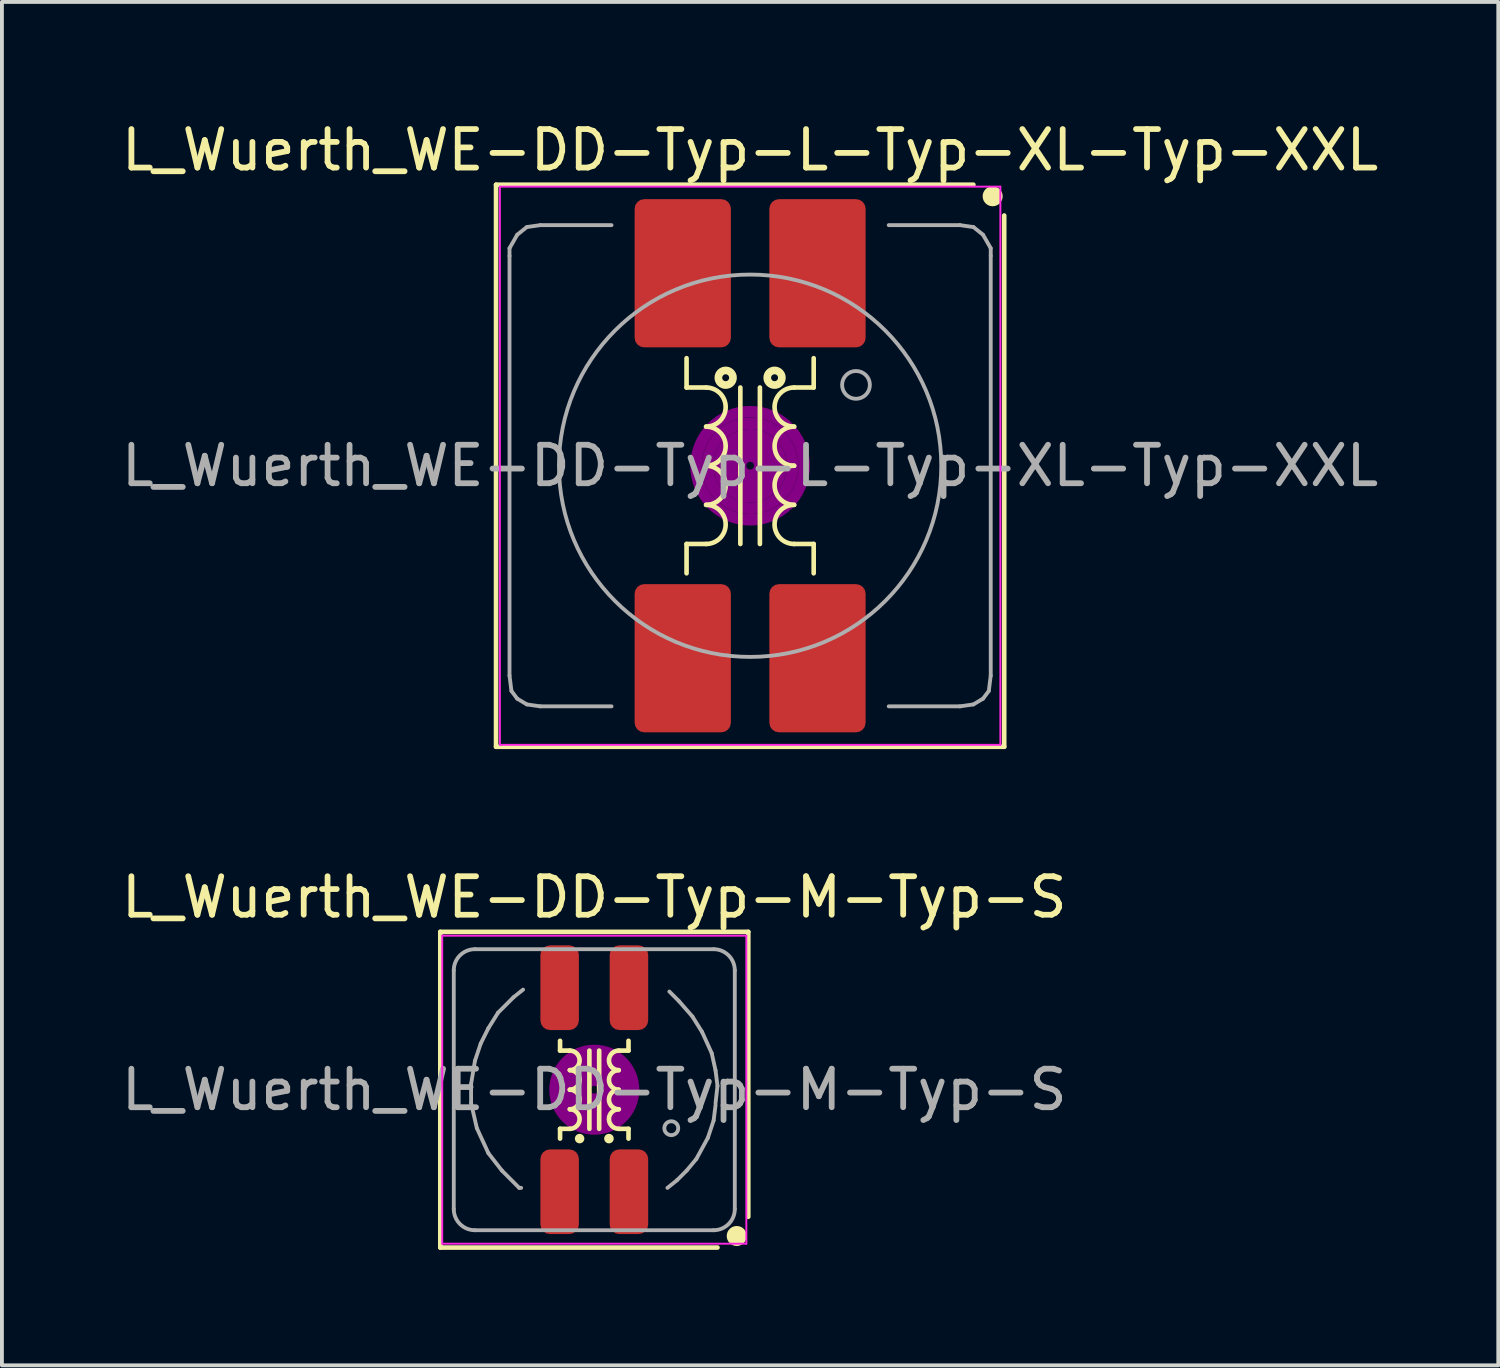
<source format=kicad_pcb>
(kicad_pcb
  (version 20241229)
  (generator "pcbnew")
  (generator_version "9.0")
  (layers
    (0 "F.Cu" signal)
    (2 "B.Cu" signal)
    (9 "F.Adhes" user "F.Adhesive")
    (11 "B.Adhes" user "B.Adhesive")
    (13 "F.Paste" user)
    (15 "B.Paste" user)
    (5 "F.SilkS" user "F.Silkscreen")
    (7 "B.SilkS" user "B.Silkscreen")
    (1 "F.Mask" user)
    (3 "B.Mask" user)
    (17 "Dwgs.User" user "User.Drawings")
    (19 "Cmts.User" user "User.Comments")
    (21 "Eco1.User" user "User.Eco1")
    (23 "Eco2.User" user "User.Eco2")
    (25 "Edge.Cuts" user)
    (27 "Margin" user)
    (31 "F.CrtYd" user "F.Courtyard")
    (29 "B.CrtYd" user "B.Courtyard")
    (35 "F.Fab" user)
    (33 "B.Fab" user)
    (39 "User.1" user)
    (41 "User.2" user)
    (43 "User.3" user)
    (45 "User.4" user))
  (footprint "L_Wuerth_WE-DD-Typ-M-Typ-S"
    (layer "F.Cu")
    (at 12.387 25.256)
    (property "Reference" "L_Wuerth_WE-DD-Typ-M-Typ-S" (at 0 -5 0) (layer "F.SilkS") (effects (font (size 1 1) (thickness 0.15))))
    (attr smd)
    (fp_line (start -4 -4.1) (end -4 4.1) (stroke (width 0.12) (type solid)) (layer "F.SilkS"))
    (fp_line (start -4 -4.1) (end 4 -4.1) (stroke (width 0.12) (type solid)) (layer "F.SilkS"))
    (fp_line (start -4 4.1) (end 3.2 4.1) (stroke (width 0.12) (type solid)) (layer "F.SilkS"))
    (fp_line (start -0.889 -1.016) (end -0.889 -1.27) (stroke (width 0.12) (type solid)) (layer "F.SilkS"))
    (fp_line (start -0.889 1.016) (end -0.889 1.27) (stroke (width 0.12) (type solid)) (layer "F.SilkS"))
    (fp_line (start -0.635 -1.016) (end -0.889 -1.016) (stroke (width 0.12) (type solid)) (layer "F.SilkS"))
    (fp_line (start -0.635 1.016) (end -0.889 1.016) (stroke (width 0.12) (type solid)) (layer "F.SilkS"))
    (fp_line (start -0.127 -1.016) (end -0.127 1.016) (stroke (width 0.12) (type solid)) (layer "F.SilkS"))
    (fp_line (start 0.127 1.016) (end 0.127 -1.016) (stroke (width 0.12) (type solid)) (layer "F.SilkS"))
    (fp_line (start 0.635 -1.016) (end 0.889 -1.016) (stroke (width 0.12) (type solid)) (layer "F.SilkS"))
    (fp_line (start 0.635 1.016) (end 0.889 1.016) (stroke (width 0.12) (type solid)) (layer "F.SilkS"))
    (fp_line (start 0.889 -1.016) (end 0.889 -1.27) (stroke (width 0.12) (type solid)) (layer "F.SilkS"))
    (fp_line (start 0.889 1.016) (end 0.889 1.27) (stroke (width 0.12) (type solid)) (layer "F.SilkS"))
    (fp_line (start 4 -4.1) (end 4 3.3) (stroke (width 0.12) (type solid)) (layer "F.SilkS"))
    (fp_arc (start -0.635 -1.016) (mid -0.381 -0.762) (end -0.635 -0.508) (stroke (width 0.12) (type solid)) (layer "F.SilkS"))
    (fp_arc (start -0.635 -0.508) (mid -0.381 -0.254) (end -0.635 0) (stroke (width 0.12) (type solid)) (layer "F.SilkS"))
    (fp_arc (start -0.635 0) (mid -0.381 0.254) (end -0.635 0.508) (stroke (width 0.12) (type solid)) (layer "F.SilkS"))
    (fp_arc (start -0.635 0.508) (mid -0.381 0.762) (end -0.635 1.016) (stroke (width 0.12) (type solid)) (layer "F.SilkS"))
    (fp_arc (start 0.635 -0.508) (mid 0.381 -0.762) (end 0.635 -1.016) (stroke (width 0.12) (type solid)) (layer "F.SilkS"))
    (fp_arc (start 0.635 0) (mid 0.381 -0.254) (end 0.635 -0.508) (stroke (width 0.12) (type solid)) (layer "F.SilkS"))
    (fp_arc (start 0.635 0.508) (mid 0.381 0.254) (end 0.635 0) (stroke (width 0.12) (type solid)) (layer "F.SilkS"))
    (fp_arc (start 0.635 1.016) (mid 0.381 0.762) (end 0.635 0.508) (stroke (width 0.12) (type solid)) (layer "F.SilkS"))
    (fp_circle (center -0.381 1.27) (end -0.318 1.27) (stroke (width 0.12) (type solid)) (fill yes) (layer "F.SilkS"))
    (fp_circle (center 0.381 1.27) (end 0.445 1.27) (stroke (width 0.12) (type solid)) (fill yes) (layer "F.SilkS"))
    (fp_circle (center 3.7 3.8) (end 3.9 3.8) (stroke (width 0.12) (type solid)) (fill yes) (layer "F.SilkS"))
    (fp_circle (center 0 0) (end 0.1 0) (stroke (width 0.3) (type solid)) (fill no) (layer "F.Adhes"))
    (fp_circle (center 0 0) (end 0.3 -0.1) (stroke (width 0.3) (type solid)) (fill no) (layer "F.Adhes"))
    (fp_circle (center 0 0) (end 0.6 0) (stroke (width 0.3) (type solid)) (fill no) (layer "F.Adhes"))
    (fp_circle (center 0 0) (end 0.8 -0.1) (stroke (width 0.3) (type solid)) (fill no) (layer "F.Adhes"))
    (fp_circle (center 0 0) (end 1 -0.2) (stroke (width 0.3) (type solid)) (fill no) (layer "F.Adhes"))
    (fp_circle (center 0.8 0) (end 0.8 0) (stroke (width 0.3) (type solid)) (fill no) (layer "F.Adhes"))
    (fp_line (start -3.95 -4) (end 3.95 -4) (stroke (width 0.05) (type solid)) (layer "F.CrtYd"))
    (fp_line (start -3.95 4) (end -3.95 -4) (stroke (width 0.05) (type solid)) (layer "F.CrtYd"))
    (fp_line (start 3.95 -4) (end 3.95 4) (stroke (width 0.05) (type solid)) (layer "F.CrtYd"))
    (fp_line (start 3.95 4) (end -3.95 4) (stroke (width 0.05) (type solid)) (layer "F.CrtYd"))
    (fp_line (start -3.65 -3.1) (end -3.65 3.1) (stroke (width 0.1) (type solid)) (layer "F.Fab"))
    (fp_line (start -3.2 -0.15) (end -3.2 0.35) (stroke (width 0.1) (type solid)) (layer "F.Fab"))
    (fp_line (start -3.2 0.35) (end -3.05 1) (stroke (width 0.1) (type solid)) (layer "F.Fab"))
    (fp_line (start -3.1 -0.75) (end -3.2 -0.15) (stroke (width 0.1) (type solid)) (layer "F.Fab"))
    (fp_line (start -3.1 3.65) (end 3.1 3.65) (stroke (width 0.1) (type solid)) (layer "F.Fab"))
    (fp_line (start -3.05 1) (end -2.75 1.65) (stroke (width 0.1) (type solid)) (layer "F.Fab"))
    (fp_line (start -2.95 -1.2) (end -3.1 -0.75) (stroke (width 0.1) (type solid)) (layer "F.Fab"))
    (fp_line (start -2.75 -1.6) (end -2.95 -1.2) (stroke (width 0.1) (type solid)) (layer "F.Fab"))
    (fp_line (start -2.75 1.65) (end -2.4 2.1) (stroke (width 0.1) (type solid)) (layer "F.Fab"))
    (fp_line (start -2.5 -2) (end -2.75 -1.6) (stroke (width 0.1) (type solid)) (layer "F.Fab"))
    (fp_line (start -2.4 2.1) (end -1.95 2.55) (stroke (width 0.1) (type solid)) (layer "F.Fab"))
    (fp_line (start -2.1 -2.4) (end -2.5 -2) (stroke (width 0.1) (type solid)) (layer "F.Fab"))
    (fp_line (start -1.95 2.55) (end -1.9 2.55) (stroke (width 0.1) (type solid)) (layer "F.Fab"))
    (fp_line (start -1.85 -2.6) (end -2.1 -2.4) (stroke (width 0.1) (type solid)) (layer "F.Fab"))
    (fp_line (start 1.95 -2.55) (end 2.2 -2.3) (stroke (width 0.1) (type solid)) (layer "F.Fab"))
    (fp_line (start 2.15 2.35) (end 1.9 2.55) (stroke (width 0.1) (type solid)) (layer "F.Fab"))
    (fp_line (start 2.2 -2.3) (end 2.55 -1.9) (stroke (width 0.1) (type solid)) (layer "F.Fab"))
    (fp_line (start 2.4 2.1) (end 2.15 2.35) (stroke (width 0.1) (type solid)) (layer "F.Fab"))
    (fp_line (start 2.55 -1.9) (end 2.8 -1.5) (stroke (width 0.1) (type solid)) (layer "F.Fab"))
    (fp_line (start 2.65 1.8) (end 2.4 2.1) (stroke (width 0.1) (type solid)) (layer "F.Fab"))
    (fp_line (start 2.8 -1.5) (end 3.05 -0.95) (stroke (width 0.1) (type solid)) (layer "F.Fab"))
    (fp_line (start 2.95 1.25) (end 2.65 1.8) (stroke (width 0.1) (type solid)) (layer "F.Fab"))
    (fp_line (start 3.05 -0.95) (end 3.15 -0.5) (stroke (width 0.1) (type solid)) (layer "F.Fab"))
    (fp_line (start 3.1 -3.65) (end -3.1 -3.65) (stroke (width 0.1) (type solid)) (layer "F.Fab"))
    (fp_line (start 3.1 0.8) (end 2.95 1.25) (stroke (width 0.1) (type solid)) (layer "F.Fab"))
    (fp_line (start 3.15 -0.5) (end 3.2 -0.1) (stroke (width 0.1) (type solid)) (layer "F.Fab"))
    (fp_line (start 3.15 0.4) (end 3.1 0.8) (stroke (width 0.1) (type solid)) (layer "F.Fab"))
    (fp_line (start 3.2 -0.1) (end 3.15 0.35) (stroke (width 0.1) (type solid)) (layer "F.Fab"))
    (fp_line (start 3.65 -3.1) (end 3.65 3.1) (stroke (width 0.1) (type solid)) (layer "F.Fab"))
    (fp_arc (start -3.65 -3.1) (mid -3.488909 -3.488909) (end -3.1 -3.65) (stroke (width 0.1) (type solid)) (layer "F.Fab"))
    (fp_arc (start -3.1 3.65) (mid -3.488909 3.488909) (end -3.65 3.1) (stroke (width 0.1) (type solid)) (layer "F.Fab"))
    (fp_arc (start 3.1 -3.65) (mid 3.488909 -3.488909) (end 3.65 -3.1) (stroke (width 0.1) (type solid)) (layer "F.Fab"))
    (fp_arc (start 3.65 3.1) (mid 3.488909 3.488909) (end 3.1 3.65) (stroke (width 0.1) (type solid)) (layer "F.Fab"))
    (fp_circle (center 2 1) (end 2.15 0.9) (stroke (width 0.1) (type solid)) (fill no) (layer "F.Fab"))
    (fp_text user "${REFERENCE}" (at 0 0 0) (layer "F.Fab") (effects (font (size 1 1) (thickness 0.15))))
    (pad "1" smd roundrect (at -0.9 2.65) (size 1 2.2) (layers "F.Cu" "F.Mask" "F.Paste") (roundrect_rratio 0.25))
    (pad "2" smd roundrect (at -0.9 -2.65) (size 1 2.2) (layers "F.Cu" "F.Mask" "F.Paste") (roundrect_rratio 0.25))
    (pad "3" smd roundrect (at 0.9 -2.65) (size 1 2.2) (layers "F.Cu" "F.Mask" "F.Paste") (roundrect_rratio 0.25))
    (pad "4" smd roundrect (at 0.9 2.65) (size 1 2.2) (layers "F.Cu" "F.Mask" "F.Paste") (roundrect_rratio 0.25)))
  (footprint "L_Wuerth_WE-DD-Typ-L-Typ-XL-Typ-XXL"
    (layer "F.Cu")
    (at 16.435 9.048)
    (property "Reference" "L_Wuerth_WE-DD-Typ-L-Typ-XL-Typ-XXL" (at 0 -8.2 0) (layer "F.SilkS") (effects (font (size 1 1) (thickness 0.15))))
    (attr smd)
    (fp_line (start -6.6 -7.3) (end -6.6 7.3) (stroke (width 0.12) (type solid)) (layer "F.SilkS"))
    (fp_line (start -6.6 -7.3) (end 5.8 -7.3) (stroke (width 0.12) (type solid)) (layer "F.SilkS"))
    (fp_line (start -6.6 7.3) (end 6.6 7.3) (stroke (width 0.12) (type solid)) (layer "F.SilkS"))
    (fp_line (start -1.651 -2.032) (end -1.651 -2.794) (stroke (width 0.12) (type solid)) (layer "F.SilkS"))
    (fp_line (start -1.651 2.032) (end -1.651 2.794) (stroke (width 0.12) (type solid)) (layer "F.SilkS"))
    (fp_line (start -1.143 -2.032) (end -1.651 -2.032) (stroke (width 0.12) (type solid)) (layer "F.SilkS"))
    (fp_line (start -1.143 2.032) (end -1.651 2.032) (stroke (width 0.12) (type solid)) (layer "F.SilkS"))
    (fp_line (start -0.254 -2.032) (end -0.254 2.032) (stroke (width 0.12) (type solid)) (layer "F.SilkS"))
    (fp_line (start 0.254 2.032) (end 0.254 -2.032) (stroke (width 0.12) (type solid)) (layer "F.SilkS"))
    (fp_line (start 1.143 -2.032) (end 1.651 -2.032) (stroke (width 0.12) (type solid)) (layer "F.SilkS"))
    (fp_line (start 1.143 2.032) (end 1.651 2.032) (stroke (width 0.12) (type solid)) (layer "F.SilkS"))
    (fp_line (start 1.651 -2.032) (end 1.651 -2.794) (stroke (width 0.12) (type solid)) (layer "F.SilkS"))
    (fp_line (start 1.651 2.032) (end 1.651 2.794) (stroke (width 0.12) (type solid)) (layer "F.SilkS"))
    (fp_line (start 6.6 7.3) (end 6.6 -6.5) (stroke (width 0.12) (type solid)) (layer "F.SilkS"))
    (fp_arc (start -1.143 -2.032) (mid -0.635 -1.524) (end -1.143 -1.016) (stroke (width 0.12) (type solid)) (layer "F.SilkS"))
    (fp_arc (start -1.143 -1.016) (mid -0.635 -0.508) (end -1.143 0) (stroke (width 0.12) (type solid)) (layer "F.SilkS"))
    (fp_arc (start -1.143 0) (mid -0.635 0.508) (end -1.143 1.016) (stroke (width 0.12) (type solid)) (layer "F.SilkS"))
    (fp_arc (start -1.143 1.016) (mid -0.635 1.524) (end -1.143 2.032) (stroke (width 0.12) (type solid)) (layer "F.SilkS"))
    (fp_arc (start 1.143 -1.016) (mid 0.635 -1.524) (end 1.143 -2.032) (stroke (width 0.12) (type solid)) (layer "F.SilkS"))
    (fp_arc (start 1.143 0) (mid 0.635 -0.508) (end 1.143 -1.016) (stroke (width 0.12) (type solid)) (layer "F.SilkS"))
    (fp_arc (start 1.143 1.016) (mid 0.635 0.508) (end 1.143 0) (stroke (width 0.12) (type solid)) (layer "F.SilkS"))
    (fp_arc (start 1.143 2.032) (mid 0.635 1.524) (end 1.143 1.016) (stroke (width 0.12) (type solid)) (layer "F.SilkS"))
    (fp_circle (center -0.635 -2.286) (end -0.545 -2.286) (stroke (width 0.2) (type solid)) (fill no) (layer "F.SilkS"))
    (fp_circle (center 0.635 -2.286) (end 0.545 -2.286) (stroke (width 0.2) (type solid)) (fill no) (layer "F.SilkS"))
    (fp_circle (center 6.3 -7) (end 6.5 -7) (stroke (width 0.12) (type solid)) (fill yes) (layer "F.SilkS"))
    (fp_circle (center 0 0) (end 0.1 0) (stroke (width 0.3) (type solid)) (fill no) (layer "F.Adhes"))
    (fp_circle (center 0 0) (end 0.3 0.1) (stroke (width 0.3) (type solid)) (fill no) (layer "F.Adhes"))
    (fp_circle (center 0 0) (end 0.6 0) (stroke (width 0.3) (type solid)) (fill no) (layer "F.Adhes"))
    (fp_circle (center 0 0) (end 0.8 -0.1) (stroke (width 0.3) (type solid)) (fill no) (layer "F.Adhes"))
    (fp_circle (center 0 0) (end 1.1 -0.1) (stroke (width 0.3) (type solid)) (fill no) (layer "F.Adhes"))
    (fp_circle (center 0 0) (end 1.4 -0.1) (stroke (width 0.3) (type solid)) (fill no) (layer "F.Adhes"))
    (fp_line (start -6.5 -7.25) (end 6.5 -7.25) (stroke (width 0.05) (type solid)) (layer "F.CrtYd"))
    (fp_line (start -6.5 7.25) (end -6.5 -7.25) (stroke (width 0.05) (type solid)) (layer "F.CrtYd"))
    (fp_line (start 6.5 -7.25) (end 6.5 7.25) (stroke (width 0.05) (type solid)) (layer "F.CrtYd"))
    (fp_line (start 6.5 7.25) (end -6.5 7.25) (stroke (width 0.05) (type solid)) (layer "F.CrtYd"))
    (fp_line (start -6.25 -5.65) (end -6.25 -5.45) (stroke (width 0.1) (type solid)) (layer "F.Fab"))
    (fp_line (start -6.25 -5.45) (end -6.25 5.45) (stroke (width 0.1) (type solid)) (layer "F.Fab"))
    (fp_line (start -6.2 5.85) (end -6.25 5.45) (stroke (width 0.1) (type solid)) (layer "F.Fab"))
    (fp_line (start -6.05 -6) (end -6.25 -5.65) (stroke (width 0.1) (type solid)) (layer "F.Fab"))
    (fp_line (start -6.05 6.05) (end -6.2 5.85) (stroke (width 0.1) (type solid)) (layer "F.Fab"))
    (fp_line (start -5.8 -6.2) (end -6.05 -6) (stroke (width 0.1) (type solid)) (layer "F.Fab"))
    (fp_line (start -5.8 6.2) (end -6.05 6.05) (stroke (width 0.1) (type solid)) (layer "F.Fab"))
    (fp_line (start -5.45 -6.25) (end -5.8 -6.2) (stroke (width 0.1) (type solid)) (layer "F.Fab"))
    (fp_line (start -5.45 6.25) (end -5.8 6.2) (stroke (width 0.1) (type solid)) (layer "F.Fab"))
    (fp_line (start -3.6 -6.25) (end -5.45 -6.25) (stroke (width 0.1) (type solid)) (layer "F.Fab"))
    (fp_line (start -3.6 6.25) (end -5.45 6.25) (stroke (width 0.1) (type solid)) (layer "F.Fab"))
    (fp_line (start 3.6 -6.25) (end 5.45 -6.25) (stroke (width 0.1) (type solid)) (layer "F.Fab"))
    (fp_line (start 3.6 6.25) (end 5.45 6.25) (stroke (width 0.1) (type solid)) (layer "F.Fab"))
    (fp_line (start 5.45 -6.25) (end 5.8 -6.2) (stroke (width 0.1) (type solid)) (layer "F.Fab"))
    (fp_line (start 5.45 6.25) (end 5.8 6.2) (stroke (width 0.1) (type solid)) (layer "F.Fab"))
    (fp_line (start 5.8 -6.2) (end 6.05 -6) (stroke (width 0.1) (type solid)) (layer "F.Fab"))
    (fp_line (start 5.8 6.2) (end 6.05 6.05) (stroke (width 0.1) (type solid)) (layer "F.Fab"))
    (fp_line (start 6.05 -6) (end 6.25 -5.65) (stroke (width 0.1) (type solid)) (layer "F.Fab"))
    (fp_line (start 6.05 6.05) (end 6.2 5.85) (stroke (width 0.1) (type solid)) (layer "F.Fab"))
    (fp_line (start 6.2 5.85) (end 6.25 5.45) (stroke (width 0.1) (type solid)) (layer "F.Fab"))
    (fp_line (start 6.25 -5.65) (end 6.25 -5.45) (stroke (width 0.1) (type solid)) (layer "F.Fab"))
    (fp_line (start 6.25 -5.45) (end 6.25 5.45) (stroke (width 0.1) (type solid)) (layer "F.Fab"))
    (fp_circle (center 0 0) (end 2.1 4.5) (stroke (width 0.1) (type solid)) (fill no) (layer "F.Fab"))
    (fp_circle (center 2.75 -2.1) (end 3.05 -1.9) (stroke (width 0.1) (type solid)) (fill no) (layer "F.Fab"))
    (fp_text user "${REFERENCE}" (at 0 0 0) (layer "F.Fab") (effects (font (size 1 1) (thickness 0.15))))
    (pad "1" smd roundrect (at -1.75 -5) (size 2.5 3.85) (layers "F.Cu" "F.Mask" "F.Paste") (roundrect_rratio 0.1))
    (pad "2" smd roundrect (at 1.75 -5) (size 2.5 3.85) (layers "F.Cu" "F.Mask" "F.Paste") (roundrect_rratio 0.1))
    (pad "3" smd roundrect (at 1.75 5) (size 2.5 3.85) (layers "F.Cu" "F.Mask" "F.Paste") (roundrect_rratio 0.1))
    (pad "4" smd roundrect (at -1.75 5) (size 2.5 3.85) (layers "F.Cu" "F.Mask" "F.Paste") (roundrect_rratio 0.1)))
  (gr_rect
    (start -3 -3)
    (end 35.869 32.416)
    (stroke (width 0.1) (type default))
    (fill no)
    (layer "Edge.Cuts")))
</source>
